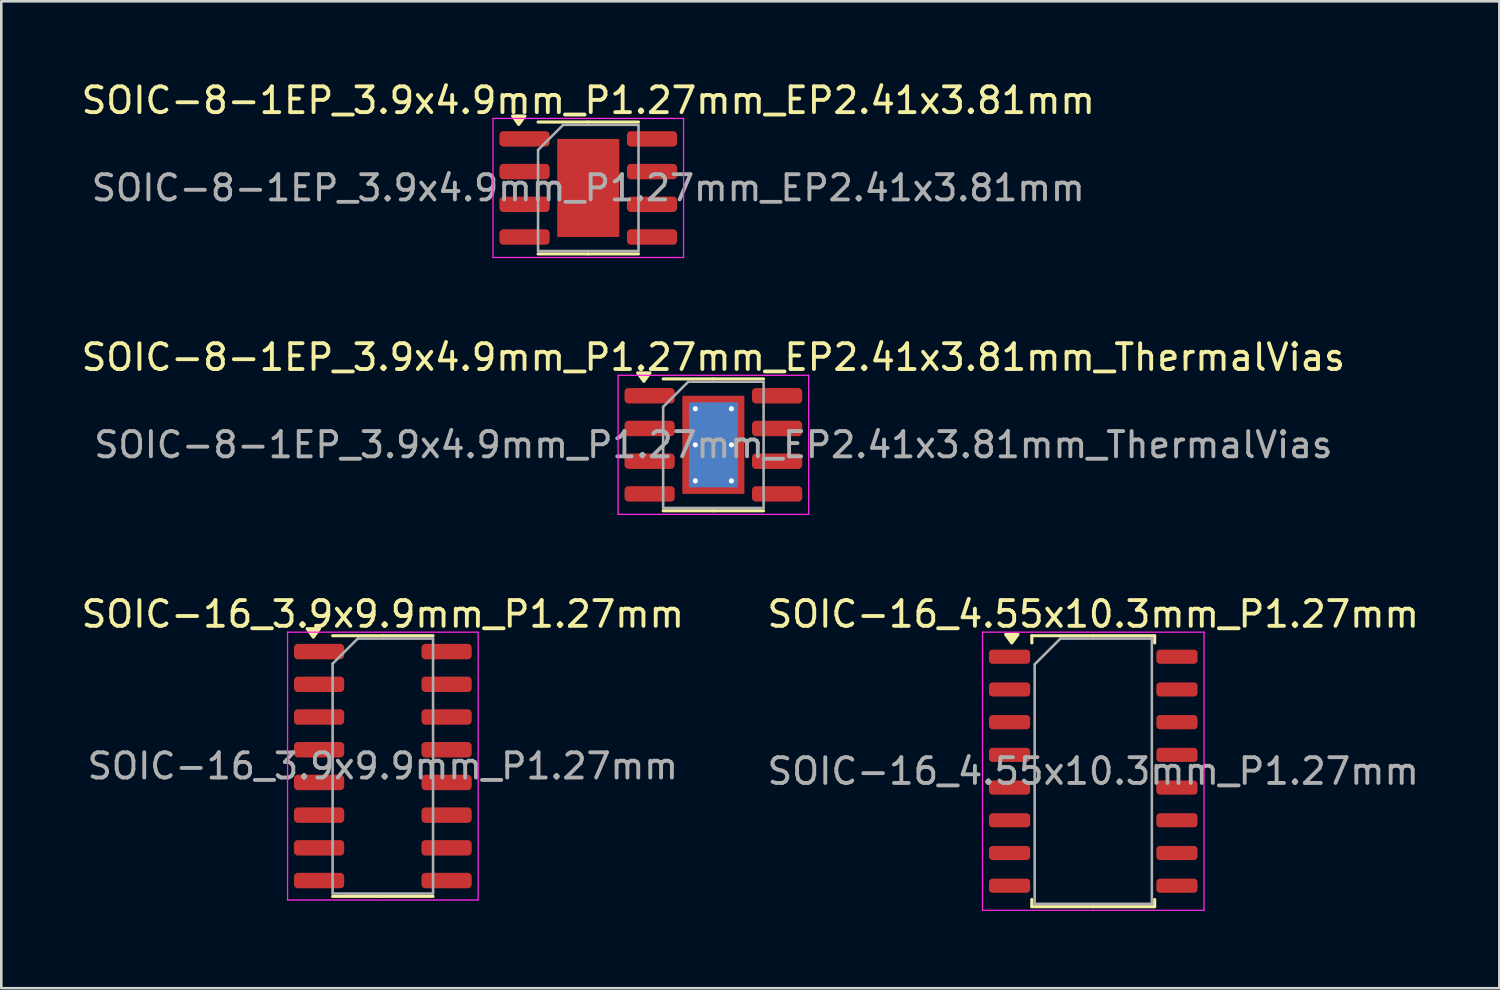
<source format=kicad_pcb>
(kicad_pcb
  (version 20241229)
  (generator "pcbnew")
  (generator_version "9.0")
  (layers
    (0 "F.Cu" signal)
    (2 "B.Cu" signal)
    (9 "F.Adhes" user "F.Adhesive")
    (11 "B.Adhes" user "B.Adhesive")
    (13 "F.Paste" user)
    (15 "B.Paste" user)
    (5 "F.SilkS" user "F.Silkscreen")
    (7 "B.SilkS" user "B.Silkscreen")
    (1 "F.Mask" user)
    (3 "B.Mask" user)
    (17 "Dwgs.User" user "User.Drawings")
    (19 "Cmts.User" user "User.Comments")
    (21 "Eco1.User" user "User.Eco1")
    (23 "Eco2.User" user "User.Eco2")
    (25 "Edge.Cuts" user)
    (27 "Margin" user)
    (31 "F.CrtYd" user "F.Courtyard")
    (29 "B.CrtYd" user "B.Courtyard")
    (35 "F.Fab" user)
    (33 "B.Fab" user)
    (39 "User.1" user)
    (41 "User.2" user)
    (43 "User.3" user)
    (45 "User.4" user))
  (footprint "SOIC-16_4.55x10.3mm_P1.27mm"
    (layer "F.Cu")
    (at 39.399 26.895)
    (property "Reference" "SOIC-16_4.55x10.3mm_P1.27mm" (at 0 -6.1 0) (layer "F.SilkS") (effects (font (size 1 1) (thickness 0.15))))
    (attr smd)
    (fp_line (start -2.385 -5.26) (end -2.385 -4.98) (stroke (width 0.12) (type solid)) (layer "F.SilkS"))
    (fp_line (start -2.385 5.26) (end -2.385 4.98) (stroke (width 0.12) (type solid)) (layer "F.SilkS"))
    (fp_line (start 0 -5.26) (end -2.385 -5.26) (stroke (width 0.12) (type solid)) (layer "F.SilkS"))
    (fp_line (start 0 -5.26) (end 2.385 -5.26) (stroke (width 0.12) (type solid)) (layer "F.SilkS"))
    (fp_line (start 0 5.26) (end -2.385 5.26) (stroke (width 0.12) (type solid)) (layer "F.SilkS"))
    (fp_line (start 0 5.26) (end 2.385 5.26) (stroke (width 0.12) (type solid)) (layer "F.SilkS"))
    (fp_line (start 2.385 -5.26) (end 2.385 -4.98) (stroke (width 0.12) (type solid)) (layer "F.SilkS"))
    (fp_line (start 2.385 5.26) (end 2.385 4.98) (stroke (width 0.12) (type solid)) (layer "F.SilkS"))
    (fp_poly (pts (xy -3.163 -4.98) (xy -3.402 -5.31) (xy -2.922 -5.31) (xy -3.163 -4.98)) (stroke (width 0.12) (type solid)) (fill yes) (layer "F.SilkS"))
    (fp_line (start -4.3 -5.4) (end -4.3 5.4) (stroke (width 0.05) (type solid)) (layer "F.CrtYd"))
    (fp_line (start -4.3 5.4) (end 4.3 5.4) (stroke (width 0.05) (type solid)) (layer "F.CrtYd"))
    (fp_line (start 4.3 -5.4) (end -4.3 -5.4) (stroke (width 0.05) (type solid)) (layer "F.CrtYd"))
    (fp_line (start 4.3 5.4) (end 4.3 -5.4) (stroke (width 0.05) (type solid)) (layer "F.CrtYd"))
    (fp_line (start -2.275 -4.15) (end -1.275 -5.15) (stroke (width 0.1) (type solid)) (layer "F.Fab"))
    (fp_line (start -2.275 5.15) (end -2.275 -4.15) (stroke (width 0.1) (type solid)) (layer "F.Fab"))
    (fp_line (start -1.275 -5.15) (end 2.275 -5.15) (stroke (width 0.1) (type solid)) (layer "F.Fab"))
    (fp_line (start 2.275 -5.15) (end 2.275 5.15) (stroke (width 0.1) (type solid)) (layer "F.Fab"))
    (fp_line (start 2.275 5.15) (end -2.275 5.15) (stroke (width 0.1) (type solid)) (layer "F.Fab"))
    (fp_text user "${REFERENCE}" (at 0 0 0) (layer "F.Fab") (effects (font (size 1 1) (thickness 0.15))))
    (pad "1" smd roundrect (at -3.25 -4.445) (size 1.6 0.55) (layers "F.Cu" "F.Mask" "F.Paste") (roundrect_rratio 0.25))
    (pad "2" smd roundrect (at -3.25 -3.175) (size 1.6 0.55) (layers "F.Cu" "F.Mask" "F.Paste") (roundrect_rratio 0.25))
    (pad "3" smd roundrect (at -3.25 -1.905) (size 1.6 0.55) (layers "F.Cu" "F.Mask" "F.Paste") (roundrect_rratio 0.25))
    (pad "4" smd roundrect (at -3.25 -0.635) (size 1.6 0.55) (layers "F.Cu" "F.Mask" "F.Paste") (roundrect_rratio 0.25))
    (pad "5" smd roundrect (at -3.25 0.635) (size 1.6 0.55) (layers "F.Cu" "F.Mask" "F.Paste") (roundrect_rratio 0.25))
    (pad "6" smd roundrect (at -3.25 1.905) (size 1.6 0.55) (layers "F.Cu" "F.Mask" "F.Paste") (roundrect_rratio 0.25))
    (pad "7" smd roundrect (at -3.25 3.175) (size 1.6 0.55) (layers "F.Cu" "F.Mask" "F.Paste") (roundrect_rratio 0.25))
    (pad "8" smd roundrect (at -3.25 4.445) (size 1.6 0.55) (layers "F.Cu" "F.Mask" "F.Paste") (roundrect_rratio 0.25))
    (pad "9" smd roundrect (at 3.25 4.445) (size 1.6 0.55) (layers "F.Cu" "F.Mask" "F.Paste") (roundrect_rratio 0.25))
    (pad "10" smd roundrect (at 3.25 3.175) (size 1.6 0.55) (layers "F.Cu" "F.Mask" "F.Paste") (roundrect_rratio 0.25))
    (pad "11" smd roundrect (at 3.25 1.905) (size 1.6 0.55) (layers "F.Cu" "F.Mask" "F.Paste") (roundrect_rratio 0.25))
    (pad "12" smd roundrect (at 3.25 0.635) (size 1.6 0.55) (layers "F.Cu" "F.Mask" "F.Paste") (roundrect_rratio 0.25))
    (pad "13" smd roundrect (at 3.25 -0.635) (size 1.6 0.55) (layers "F.Cu" "F.Mask" "F.Paste") (roundrect_rratio 0.25))
    (pad "14" smd roundrect (at 3.25 -1.905) (size 1.6 0.55) (layers "F.Cu" "F.Mask" "F.Paste") (roundrect_rratio 0.25))
    (pad "15" smd roundrect (at 3.25 -3.175) (size 1.6 0.55) (layers "F.Cu" "F.Mask" "F.Paste") (roundrect_rratio 0.25))
    (pad "16" smd roundrect (at 3.25 -4.445) (size 1.6 0.55) (layers "F.Cu" "F.Mask" "F.Paste") (roundrect_rratio 0.25)))
  (footprint "SOIC-16_3.9x9.9mm_P1.27mm"
    (layer "F.Cu")
    (at 11.815 26.695)
    (property "Reference" "SOIC-16_3.9x9.9mm_P1.27mm" (at 0 -5.9 0) (layer "F.SilkS") (effects (font (size 1 1) (thickness 0.15))))
    (attr smd)
    (fp_line (start 0 -5.06) (end -1.95 -5.06) (stroke (width 0.12) (type solid)) (layer "F.SilkS"))
    (fp_line (start 0 -5.06) (end 1.95 -5.06) (stroke (width 0.12) (type solid)) (layer "F.SilkS"))
    (fp_line (start 0 5.06) (end -1.95 5.06) (stroke (width 0.12) (type solid)) (layer "F.SilkS"))
    (fp_line (start 0 5.06) (end 1.95 5.06) (stroke (width 0.12) (type solid)) (layer "F.SilkS"))
    (fp_poly (pts (xy -2.7 -5.005) (xy -2.94 -5.335) (xy -2.46 -5.335) (xy -2.7 -5.005)) (stroke (width 0.12) (type solid)) (fill yes) (layer "F.SilkS"))
    (fp_line (start -3.7 -5.2) (end -3.7 5.2) (stroke (width 0.05) (type solid)) (layer "F.CrtYd"))
    (fp_line (start -3.7 5.2) (end 3.7 5.2) (stroke (width 0.05) (type solid)) (layer "F.CrtYd"))
    (fp_line (start 3.7 -5.2) (end -3.7 -5.2) (stroke (width 0.05) (type solid)) (layer "F.CrtYd"))
    (fp_line (start 3.7 5.2) (end 3.7 -5.2) (stroke (width 0.05) (type solid)) (layer "F.CrtYd"))
    (fp_line (start -1.95 -3.975) (end -0.975 -4.95) (stroke (width 0.1) (type solid)) (layer "F.Fab"))
    (fp_line (start -1.95 4.95) (end -1.95 -3.975) (stroke (width 0.1) (type solid)) (layer "F.Fab"))
    (fp_line (start -0.975 -4.95) (end 1.95 -4.95) (stroke (width 0.1) (type solid)) (layer "F.Fab"))
    (fp_line (start 1.95 -4.95) (end 1.95 4.95) (stroke (width 0.1) (type solid)) (layer "F.Fab"))
    (fp_line (start 1.95 4.95) (end -1.95 4.95) (stroke (width 0.1) (type solid)) (layer "F.Fab"))
    (fp_text user "${REFERENCE}" (at 0 0 0) (layer "F.Fab") (effects (font (size 0.98 0.98) (thickness 0.15))))
    (pad "1" smd roundrect (at -2.475 -4.445) (size 1.95 0.6) (layers "F.Cu" "F.Mask" "F.Paste") (roundrect_rratio 0.25))
    (pad "2" smd roundrect (at -2.475 -3.175) (size 1.95 0.6) (layers "F.Cu" "F.Mask" "F.Paste") (roundrect_rratio 0.25))
    (pad "3" smd roundrect (at -2.475 -1.905) (size 1.95 0.6) (layers "F.Cu" "F.Mask" "F.Paste") (roundrect_rratio 0.25))
    (pad "4" smd roundrect (at -2.475 -0.635) (size 1.95 0.6) (layers "F.Cu" "F.Mask" "F.Paste") (roundrect_rratio 0.25))
    (pad "5" smd roundrect (at -2.475 0.635) (size 1.95 0.6) (layers "F.Cu" "F.Mask" "F.Paste") (roundrect_rratio 0.25))
    (pad "6" smd roundrect (at -2.475 1.905) (size 1.95 0.6) (layers "F.Cu" "F.Mask" "F.Paste") (roundrect_rratio 0.25))
    (pad "7" smd roundrect (at -2.475 3.175) (size 1.95 0.6) (layers "F.Cu" "F.Mask" "F.Paste") (roundrect_rratio 0.25))
    (pad "8" smd roundrect (at -2.475 4.445) (size 1.95 0.6) (layers "F.Cu" "F.Mask" "F.Paste") (roundrect_rratio 0.25))
    (pad "9" smd roundrect (at 2.475 4.445) (size 1.95 0.6) (layers "F.Cu" "F.Mask" "F.Paste") (roundrect_rratio 0.25))
    (pad "10" smd roundrect (at 2.475 3.175) (size 1.95 0.6) (layers "F.Cu" "F.Mask" "F.Paste") (roundrect_rratio 0.25))
    (pad "11" smd roundrect (at 2.475 1.905) (size 1.95 0.6) (layers "F.Cu" "F.Mask" "F.Paste") (roundrect_rratio 0.25))
    (pad "12" smd roundrect (at 2.475 0.635) (size 1.95 0.6) (layers "F.Cu" "F.Mask" "F.Paste") (roundrect_rratio 0.25))
    (pad "13" smd roundrect (at 2.475 -0.635) (size 1.95 0.6) (layers "F.Cu" "F.Mask" "F.Paste") (roundrect_rratio 0.25))
    (pad "14" smd roundrect (at 2.475 -1.905) (size 1.95 0.6) (layers "F.Cu" "F.Mask" "F.Paste") (roundrect_rratio 0.25))
    (pad "15" smd roundrect (at 2.475 -3.175) (size 1.95 0.6) (layers "F.Cu" "F.Mask" "F.Paste") (roundrect_rratio 0.25))
    (pad "16" smd roundrect (at 2.475 -4.445) (size 1.95 0.6) (layers "F.Cu" "F.Mask" "F.Paste") (roundrect_rratio 0.25)))
  (footprint "SOIC-8-1EP_3.9x4.9mm_P1.27mm_EP2.41x3.81mm"
    (layer "F.Cu")
    (at 19.792 4.248)
    (property "Reference" "SOIC-8-1EP_3.9x4.9mm_P1.27mm_EP2.41x3.81mm" (at 0 -3.4 0) (layer "F.SilkS") (effects (font (size 1 1) (thickness 0.15))))
    (attr smd)
    (fp_line (start 0 -2.56) (end -1.95 -2.56) (stroke (width 0.12) (type solid)) (layer "F.SilkS"))
    (fp_line (start 0 -2.56) (end 1.95 -2.56) (stroke (width 0.12) (type solid)) (layer "F.SilkS"))
    (fp_line (start 0 2.56) (end -1.95 2.56) (stroke (width 0.12) (type solid)) (layer "F.SilkS"))
    (fp_line (start 0 2.56) (end 1.95 2.56) (stroke (width 0.12) (type solid)) (layer "F.SilkS"))
    (fp_poly (pts (xy -2.7 -2.465) (xy -2.94 -2.795) (xy -2.46 -2.795) (xy -2.7 -2.465)) (stroke (width 0.12) (type solid)) (fill yes) (layer "F.SilkS"))
    (fp_line (start -3.7 -2.7) (end -3.7 2.7) (stroke (width 0.05) (type solid)) (layer "F.CrtYd"))
    (fp_line (start -3.7 2.7) (end 3.7 2.7) (stroke (width 0.05) (type solid)) (layer "F.CrtYd"))
    (fp_line (start 3.7 -2.7) (end -3.7 -2.7) (stroke (width 0.05) (type solid)) (layer "F.CrtYd"))
    (fp_line (start 3.7 2.7) (end 3.7 -2.7) (stroke (width 0.05) (type solid)) (layer "F.CrtYd"))
    (fp_line (start -1.95 -1.475) (end -0.975 -2.45) (stroke (width 0.1) (type solid)) (layer "F.Fab"))
    (fp_line (start -1.95 2.45) (end -1.95 -1.475) (stroke (width 0.1) (type solid)) (layer "F.Fab"))
    (fp_line (start -0.975 -2.45) (end 1.95 -2.45) (stroke (width 0.1) (type solid)) (layer "F.Fab"))
    (fp_line (start 1.95 -2.45) (end 1.95 2.45) (stroke (width 0.1) (type solid)) (layer "F.Fab"))
    (fp_line (start 1.95 2.45) (end -1.95 2.45) (stroke (width 0.1) (type solid)) (layer "F.Fab"))
    (fp_text user "${REFERENCE}" (at 0 0 0) (layer "F.Fab") (effects (font (size 0.98 0.98) (thickness 0.15))))
    (pad "" smd roundrect (at -0.6 -0.95) (size 0.97 1.54) (layers "F.Paste") (roundrect_rratio 0.25))
    (pad "" smd roundrect (at -0.6 0.95) (size 0.97 1.54) (layers "F.Paste") (roundrect_rratio 0.25))
    (pad "" smd roundrect (at 0.6 -0.95) (size 0.97 1.54) (layers "F.Paste") (roundrect_rratio 0.25))
    (pad "" smd roundrect (at 0.6 0.95) (size 0.97 1.54) (layers "F.Paste") (roundrect_rratio 0.25))
    (pad "1" smd roundrect (at -2.475 -1.905) (size 1.95 0.6) (layers "F.Cu" "F.Mask" "F.Paste") (roundrect_rratio 0.25))
    (pad "2" smd roundrect (at -2.475 -0.635) (size 1.95 0.6) (layers "F.Cu" "F.Mask" "F.Paste") (roundrect_rratio 0.25))
    (pad "3" smd roundrect (at -2.475 0.635) (size 1.95 0.6) (layers "F.Cu" "F.Mask" "F.Paste") (roundrect_rratio 0.25))
    (pad "4" smd roundrect (at -2.475 1.905) (size 1.95 0.6) (layers "F.Cu" "F.Mask" "F.Paste") (roundrect_rratio 0.25))
    (pad "5" smd roundrect (at 2.475 1.905) (size 1.95 0.6) (layers "F.Cu" "F.Mask" "F.Paste") (roundrect_rratio 0.25))
    (pad "6" smd roundrect (at 2.475 0.635) (size 1.95 0.6) (layers "F.Cu" "F.Mask" "F.Paste") (roundrect_rratio 0.25))
    (pad "7" smd roundrect (at 2.475 -0.635) (size 1.95 0.6) (layers "F.Cu" "F.Mask" "F.Paste") (roundrect_rratio 0.25))
    (pad "8" smd roundrect (at 2.475 -1.905) (size 1.95 0.6) (layers "F.Cu" "F.Mask" "F.Paste") (roundrect_rratio 0.25))
    (pad "9" smd rect (at 0 0) (size 2.41 3.81) (property pad_prop_heatsink) (layers "F.Cu" "F.Mask")))
  (footprint "SOIC-8-1EP_3.9x4.9mm_P1.27mm_EP2.41x3.81mm_ThermalVias"
    (layer "F.Cu")
    (at 24.649 14.222)
    (property "Reference" "SOIC-8-1EP_3.9x4.9mm_P1.27mm_EP2.41x3.81mm_ThermalVias" (at 0 -3.4 0) (layer "F.SilkS") (effects (font (size 1 1) (thickness 0.15))))
    (attr smd)
    (fp_line (start 0 -2.56) (end -1.95 -2.56) (stroke (width 0.12) (type solid)) (layer "F.SilkS"))
    (fp_line (start 0 -2.56) (end 1.95 -2.56) (stroke (width 0.12) (type solid)) (layer "F.SilkS"))
    (fp_line (start 0 2.56) (end -1.95 2.56) (stroke (width 0.12) (type solid)) (layer "F.SilkS"))
    (fp_line (start 0 2.56) (end 1.95 2.56) (stroke (width 0.12) (type solid)) (layer "F.SilkS"))
    (fp_poly (pts (xy -2.7 -2.465) (xy -2.94 -2.795) (xy -2.46 -2.795) (xy -2.7 -2.465)) (stroke (width 0.12) (type solid)) (fill yes) (layer "F.SilkS"))
    (fp_line (start -3.7 -2.7) (end -3.7 2.7) (stroke (width 0.05) (type solid)) (layer "F.CrtYd"))
    (fp_line (start -3.7 2.7) (end 3.7 2.7) (stroke (width 0.05) (type solid)) (layer "F.CrtYd"))
    (fp_line (start 3.7 -2.7) (end -3.7 -2.7) (stroke (width 0.05) (type solid)) (layer "F.CrtYd"))
    (fp_line (start 3.7 2.7) (end 3.7 -2.7) (stroke (width 0.05) (type solid)) (layer "F.CrtYd"))
    (fp_line (start -1.95 -1.475) (end -0.975 -2.45) (stroke (width 0.1) (type solid)) (layer "F.Fab"))
    (fp_line (start -1.95 2.45) (end -1.95 -1.475) (stroke (width 0.1) (type solid)) (layer "F.Fab"))
    (fp_line (start -0.975 -2.45) (end 1.95 -2.45) (stroke (width 0.1) (type solid)) (layer "F.Fab"))
    (fp_line (start 1.95 -2.45) (end 1.95 2.45) (stroke (width 0.1) (type solid)) (layer "F.Fab"))
    (fp_line (start 1.95 2.45) (end -1.95 2.45) (stroke (width 0.1) (type solid)) (layer "F.Fab"))
    (fp_text user "${REFERENCE}" (at 0 0 0) (layer "F.Fab") (effects (font (size 0.98 0.98) (thickness 0.15))))
    (pad "" smd roundrect (at -0.6 -0.95) (size 1.01 1.59) (layers "F.Paste") (roundrect_rratio 0.248))
    (pad "" smd roundrect (at -0.6 0.95) (size 1.01 1.59) (layers "F.Paste") (roundrect_rratio 0.248))
    (pad "" smd roundrect (at 0.6 -0.95) (size 1.01 1.59) (layers "F.Paste") (roundrect_rratio 0.248))
    (pad "" smd roundrect (at 0.6 0.95) (size 1.01 1.59) (layers "F.Paste") (roundrect_rratio 0.248))
    (pad "1" smd roundrect (at -2.475 -1.905) (size 1.95 0.6) (layers "F.Cu" "F.Mask" "F.Paste") (roundrect_rratio 0.25))
    (pad "2" smd roundrect (at -2.475 -0.635) (size 1.95 0.6) (layers "F.Cu" "F.Mask" "F.Paste") (roundrect_rratio 0.25))
    (pad "3" smd roundrect (at -2.475 0.635) (size 1.95 0.6) (layers "F.Cu" "F.Mask" "F.Paste") (roundrect_rratio 0.25))
    (pad "4" smd roundrect (at -2.475 1.905) (size 1.95 0.6) (layers "F.Cu" "F.Mask" "F.Paste") (roundrect_rratio 0.25))
    (pad "5" smd roundrect (at 2.475 1.905) (size 1.95 0.6) (layers "F.Cu" "F.Mask" "F.Paste") (roundrect_rratio 0.25))
    (pad "6" smd roundrect (at 2.475 0.635) (size 1.95 0.6) (layers "F.Cu" "F.Mask" "F.Paste") (roundrect_rratio 0.25))
    (pad "7" smd roundrect (at 2.475 -0.635) (size 1.95 0.6) (layers "F.Cu" "F.Mask" "F.Paste") (roundrect_rratio 0.25))
    (pad "8" smd roundrect (at 2.475 -1.905) (size 1.95 0.6) (layers "F.Cu" "F.Mask" "F.Paste") (roundrect_rratio 0.25))
    (pad "9" thru_hole circle (at -0.7 -1.4) (size 0.5 0.5) (drill 0.2) (property pad_prop_heatsink) (layers "*.Cu"))
    (pad "9" thru_hole circle (at -0.7 0) (size 0.5 0.5) (drill 0.2) (property pad_prop_heatsink) (layers "*.Cu"))
    (pad "9" thru_hole circle (at -0.7 1.4) (size 0.5 0.5) (drill 0.2) (property pad_prop_heatsink) (layers "*.Cu"))
    (pad "9" smd rect (at 0 0) (size 1.9 3.3) (property pad_prop_heatsink) (layers "B.Cu"))
    (pad "9" smd rect (at 0 0) (size 2.41 3.81) (property pad_prop_heatsink) (layers "F.Cu" "F.Mask"))
    (pad "9" thru_hole circle (at 0.7 -1.4) (size 0.5 0.5) (drill 0.2) (property pad_prop_heatsink) (layers "*.Cu"))
    (pad "9" thru_hole circle (at 0.7 0) (size 0.5 0.5) (drill 0.2) (property pad_prop_heatsink) (layers "*.Cu"))
    (pad "9" thru_hole circle (at 0.7 1.4) (size 0.5 0.5) (drill 0.2) (property pad_prop_heatsink) (layers "*.Cu")))
  (gr_rect
    (start -3 -3)
    (end 55.167 35.32)
    (stroke (width 0.1) (type default))
    (fill no)
    (layer "Edge.Cuts")))
</source>
